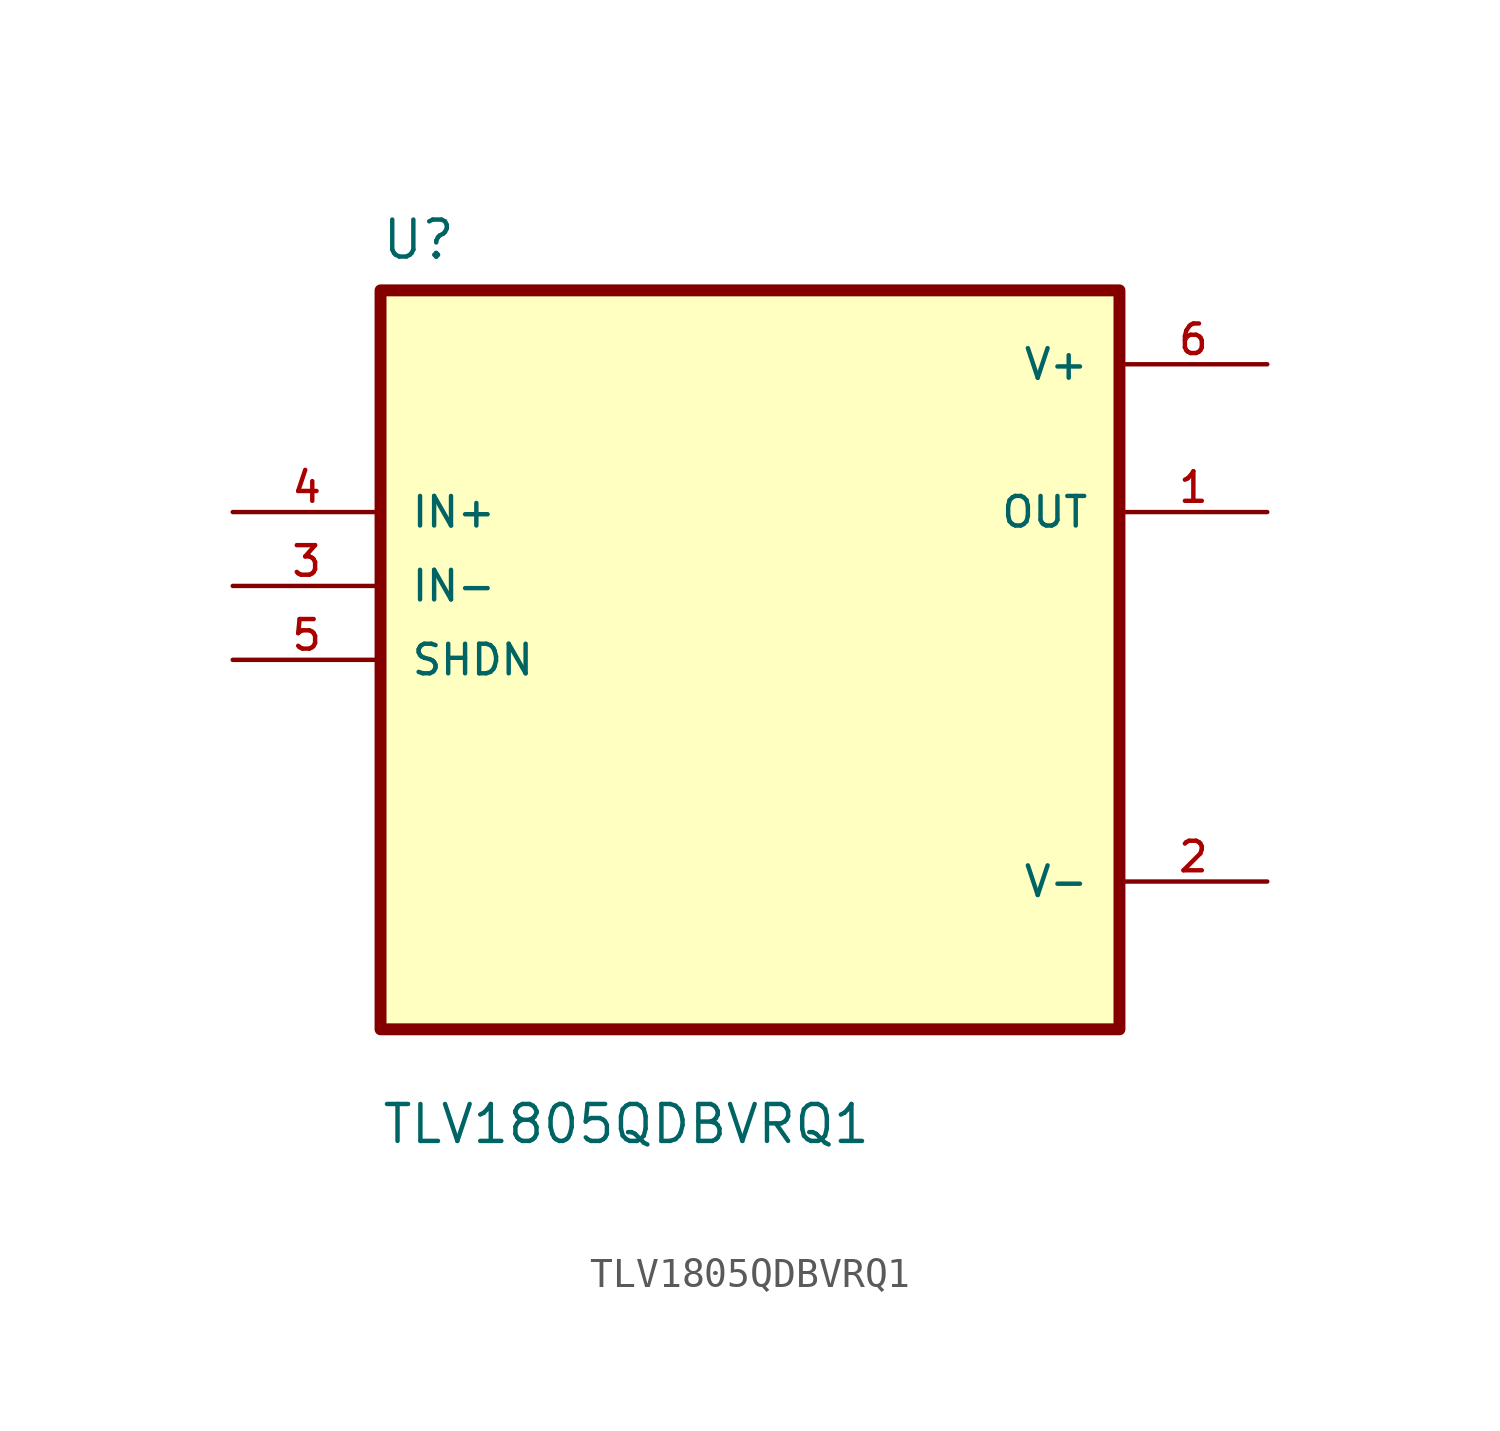
<source format=kicad_sym>
(kicad_symbol_lib
  (version 20211014)
  (generator kicad_symbol_editor)
  (symbol "TLV1805QDBVRQ1"
    (pin_names
      (offset 1.016))
    (property "Reference" "U"
      (at -12.7 13.7 0.0)
      (effects (font (size 1.27 1.27)) (justify bottom left)))
    (property "Value" "TLV1805QDBVRQ1"
      (at -12.7 -16.7 0.0)
      (effects (font (size 1.27 1.27)) (justify bottom left)))
    (symbol "TLV1805QDBVRQ1_0_0"
      (rectangle (start -12.7 -12.7) (end 12.7 12.7) (stroke (width 0.41)) (fill (type background)))
      (pin input line (at -17.78 5.08 0) (length 5.08) (name "IN+" (effects (font (size 1.016 1.016)))) (number "4" (effects (font (size 1.016 1.016)))))
      (pin input line (at -17.78 2.54 0) (length 5.08) (name "IN-" (effects (font (size 1.016 1.016)))) (number "3" (effects (font (size 1.016 1.016)))))
      (pin input line (at -17.78 -8.88178e-16 0) (length 5.08) (name "SHDN" (effects (font (size 1.016 1.016)))) (number "5" (effects (font (size 1.016 1.016)))))
      (pin power_in line (at 17.78 10.16 180.0) (length 5.08) (name "V+" (effects (font (size 1.016 1.016)))) (number "6" (effects (font (size 1.016 1.016)))))
      (pin output line (at 17.78 5.08 180.0) (length 5.08) (name "OUT" (effects (font (size 1.016 1.016)))) (number "1" (effects (font (size 1.016 1.016)))))
      (pin power_in line (at 17.78 -7.62 180.0) (length 5.08) (name "V-" (effects (font (size 1.016 1.016)))) (number "2" (effects (font (size 1.016 1.016))))))))
</source>
